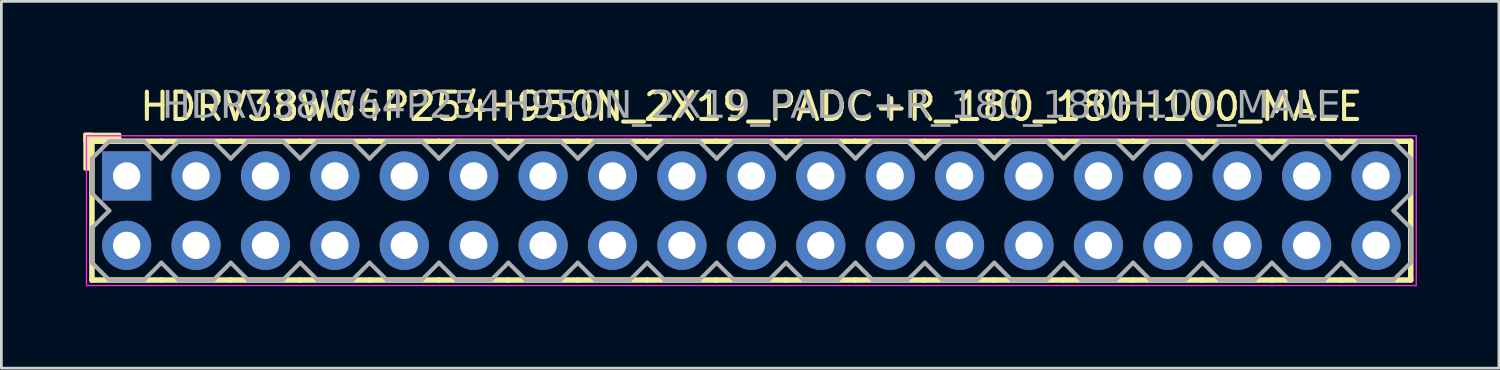
<source format=kicad_pcb>
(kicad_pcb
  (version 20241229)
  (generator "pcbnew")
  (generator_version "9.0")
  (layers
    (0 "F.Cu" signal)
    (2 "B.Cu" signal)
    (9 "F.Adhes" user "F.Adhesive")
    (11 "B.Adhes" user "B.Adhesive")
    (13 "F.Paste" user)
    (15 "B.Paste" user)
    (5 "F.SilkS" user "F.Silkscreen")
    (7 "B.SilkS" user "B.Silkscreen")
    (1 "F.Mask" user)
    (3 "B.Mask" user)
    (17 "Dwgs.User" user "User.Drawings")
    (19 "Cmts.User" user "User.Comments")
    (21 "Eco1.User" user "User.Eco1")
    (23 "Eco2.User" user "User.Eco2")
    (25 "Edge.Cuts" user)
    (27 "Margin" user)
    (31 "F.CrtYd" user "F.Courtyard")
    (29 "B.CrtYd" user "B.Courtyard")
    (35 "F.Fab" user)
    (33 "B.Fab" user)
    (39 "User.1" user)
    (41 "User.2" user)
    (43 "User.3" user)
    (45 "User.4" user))
  (footprint "HDRV38W64P254H950N_2X19_PADC+R_180_180H100_MALE"
    (layer "F.Cu")
    (at 24.444 4.658)
    (property "Reference" "HDRV38W64P254H950N_2X19_PADC+R_180_180H100_MALE" (at 0 -3.81 0) (layer "F.SilkS") (effects (font (size 1 1) (thickness 0.15))))
    (attr through_hole)
    (fp_line (start -24.13 2.54) (end -24.13 -2.54) (stroke (width 0.203) (type solid)) (layer "F.SilkS"))
    (fp_line (start -21.59 -2.54) (end -24.13 -2.54) (stroke (width 0.203) (type solid)) (layer "F.SilkS"))
    (fp_line (start -21.59 2.54) (end -24.13 2.54) (stroke (width 0.203) (type solid)) (layer "F.SilkS"))
    (fp_line (start -19.05 -2.54) (end -21.59 -2.54) (stroke (width 0.203) (type solid)) (layer "F.SilkS"))
    (fp_line (start -19.05 2.54) (end -21.59 2.54) (stroke (width 0.203) (type solid)) (layer "F.SilkS"))
    (fp_line (start -16.51 -2.54) (end -19.05 -2.54) (stroke (width 0.203) (type solid)) (layer "F.SilkS"))
    (fp_line (start -16.51 2.54) (end -19.05 2.54) (stroke (width 0.203) (type solid)) (layer "F.SilkS"))
    (fp_line (start -13.97 -2.54) (end -16.51 -2.54) (stroke (width 0.203) (type solid)) (layer "F.SilkS"))
    (fp_line (start -13.97 2.54) (end -16.51 2.54) (stroke (width 0.203) (type solid)) (layer "F.SilkS"))
    (fp_line (start -11.43 -2.54) (end -13.97 -2.54) (stroke (width 0.203) (type solid)) (layer "F.SilkS"))
    (fp_line (start -11.43 2.54) (end -13.97 2.54) (stroke (width 0.203) (type solid)) (layer "F.SilkS"))
    (fp_line (start -8.89 -2.54) (end -11.43 -2.54) (stroke (width 0.203) (type solid)) (layer "F.SilkS"))
    (fp_line (start -8.89 2.54) (end -11.43 2.54) (stroke (width 0.203) (type solid)) (layer "F.SilkS"))
    (fp_line (start -6.35 -2.54) (end -8.89 -2.54) (stroke (width 0.203) (type solid)) (layer "F.SilkS"))
    (fp_line (start -6.35 2.54) (end -8.89 2.54) (stroke (width 0.203) (type solid)) (layer "F.SilkS"))
    (fp_line (start -3.81 -2.54) (end -6.35 -2.54) (stroke (width 0.203) (type solid)) (layer "F.SilkS"))
    (fp_line (start -3.81 2.54) (end -6.35 2.54) (stroke (width 0.203) (type solid)) (layer "F.SilkS"))
    (fp_line (start -1.27 -2.54) (end -3.81 -2.54) (stroke (width 0.203) (type solid)) (layer "F.SilkS"))
    (fp_line (start -1.27 2.54) (end -3.81 2.54) (stroke (width 0.203) (type solid)) (layer "F.SilkS"))
    (fp_line (start 1.27 -2.54) (end -1.27 -2.54) (stroke (width 0.203) (type solid)) (layer "F.SilkS"))
    (fp_line (start 1.27 2.54) (end -1.27 2.54) (stroke (width 0.203) (type solid)) (layer "F.SilkS"))
    (fp_line (start 3.81 -2.54) (end 1.27 -2.54) (stroke (width 0.203) (type solid)) (layer "F.SilkS"))
    (fp_line (start 3.81 2.54) (end 1.27 2.54) (stroke (width 0.203) (type solid)) (layer "F.SilkS"))
    (fp_line (start 6.35 -2.54) (end 3.81 -2.54) (stroke (width 0.203) (type solid)) (layer "F.SilkS"))
    (fp_line (start 6.35 2.54) (end 3.81 2.54) (stroke (width 0.203) (type solid)) (layer "F.SilkS"))
    (fp_line (start 8.89 -2.54) (end 6.35 -2.54) (stroke (width 0.203) (type solid)) (layer "F.SilkS"))
    (fp_line (start 8.89 2.54) (end 6.35 2.54) (stroke (width 0.203) (type solid)) (layer "F.SilkS"))
    (fp_line (start 11.43 -2.54) (end 8.89 -2.54) (stroke (width 0.203) (type solid)) (layer "F.SilkS"))
    (fp_line (start 11.43 2.54) (end 8.89 2.54) (stroke (width 0.203) (type solid)) (layer "F.SilkS"))
    (fp_line (start 13.97 -2.54) (end 11.43 -2.54) (stroke (width 0.203) (type solid)) (layer "F.SilkS"))
    (fp_line (start 13.97 2.54) (end 11.43 2.54) (stroke (width 0.203) (type solid)) (layer "F.SilkS"))
    (fp_line (start 16.51 -2.54) (end 13.97 -2.54) (stroke (width 0.203) (type solid)) (layer "F.SilkS"))
    (fp_line (start 16.51 2.54) (end 13.97 2.54) (stroke (width 0.203) (type solid)) (layer "F.SilkS"))
    (fp_line (start 19.05 -2.54) (end 16.51 -2.54) (stroke (width 0.203) (type solid)) (layer "F.SilkS"))
    (fp_line (start 19.05 2.54) (end 16.51 2.54) (stroke (width 0.203) (type solid)) (layer "F.SilkS"))
    (fp_line (start 21.59 -2.54) (end 19.05 -2.54) (stroke (width 0.203) (type solid)) (layer "F.SilkS"))
    (fp_line (start 21.59 2.54) (end 19.05 2.54) (stroke (width 0.203) (type solid)) (layer "F.SilkS"))
    (fp_line (start 24.13 -2.54) (end 21.59 -2.54) (stroke (width 0.203) (type solid)) (layer "F.SilkS"))
    (fp_line (start 24.13 2.54) (end 21.59 2.54) (stroke (width 0.203) (type solid)) (layer "F.SilkS"))
    (fp_line (start 24.13 2.54) (end 24.13 -2.54) (stroke (width 0.203) (type solid)) (layer "F.SilkS"))
    (fp_rect (start -24.384 -1.524) (end -24.13 -2.794) (stroke (width 0.12) (type solid)) (fill yes) (layer "F.SilkS"))
    (fp_rect (start -23.114 -2.54) (end -24.384 -2.794) (stroke (width 0.12) (type solid)) (fill yes) (layer "F.SilkS"))
    (fp_rect (start -24.33 -2.74) (end 24.33 2.74) (stroke (width 0.05) (type default)) (fill no) (layer "F.CrtYd"))
    (fp_line (start -24.13 -1.905) (end -24.13 -0.635) (stroke (width 0.152) (type solid)) (layer "F.Fab"))
    (fp_line (start -24.13 -1.905) (end -23.495 -2.54) (stroke (width 0.152) (type solid)) (layer "F.Fab"))
    (fp_line (start -24.13 0.635) (end -24.13 1.905) (stroke (width 0.152) (type solid)) (layer "F.Fab"))
    (fp_line (start -23.495 -2.54) (end -22.225 -2.54) (stroke (width 0.152) (type solid)) (layer "F.Fab"))
    (fp_line (start -23.495 0) (end -24.13 -0.635) (stroke (width 0.152) (type solid)) (layer "F.Fab"))
    (fp_line (start -23.495 0) (end -24.13 0.635) (stroke (width 0.152) (type solid)) (layer "F.Fab"))
    (fp_line (start -23.495 2.54) (end -24.13 1.905) (stroke (width 0.152) (type solid)) (layer "F.Fab"))
    (fp_line (start -22.225 -2.54) (end -21.59 -1.905) (stroke (width 0.152) (type solid)) (layer "F.Fab"))
    (fp_line (start -22.225 2.54) (end -23.495 2.54) (stroke (width 0.152) (type solid)) (layer "F.Fab"))
    (fp_line (start -21.59 -1.905) (end -20.955 -2.54) (stroke (width 0.152) (type solid)) (layer "F.Fab"))
    (fp_line (start -21.59 1.905) (end -22.225 2.54) (stroke (width 0.152) (type solid)) (layer "F.Fab"))
    (fp_line (start -20.955 -2.54) (end -19.685 -2.54) (stroke (width 0.152) (type solid)) (layer "F.Fab"))
    (fp_line (start -20.955 2.54) (end -21.59 1.905) (stroke (width 0.152) (type solid)) (layer "F.Fab"))
    (fp_line (start -19.685 -2.54) (end -19.05 -1.905) (stroke (width 0.152) (type solid)) (layer "F.Fab"))
    (fp_line (start -19.685 2.54) (end -20.955 2.54) (stroke (width 0.152) (type solid)) (layer "F.Fab"))
    (fp_line (start -19.05 -1.905) (end -18.415 -2.54) (stroke (width 0.152) (type solid)) (layer "F.Fab"))
    (fp_line (start -19.05 1.905) (end -19.685 2.54) (stroke (width 0.152) (type solid)) (layer "F.Fab"))
    (fp_line (start -18.415 -2.54) (end -17.145 -2.54) (stroke (width 0.152) (type solid)) (layer "F.Fab"))
    (fp_line (start -18.415 2.54) (end -19.05 1.905) (stroke (width 0.152) (type solid)) (layer "F.Fab"))
    (fp_line (start -17.145 -2.54) (end -16.51 -1.905) (stroke (width 0.152) (type solid)) (layer "F.Fab"))
    (fp_line (start -17.145 2.54) (end -18.415 2.54) (stroke (width 0.152) (type solid)) (layer "F.Fab"))
    (fp_line (start -16.51 -1.905) (end -15.875 -2.54) (stroke (width 0.152) (type solid)) (layer "F.Fab"))
    (fp_line (start -16.51 1.905) (end -17.145 2.54) (stroke (width 0.152) (type solid)) (layer "F.Fab"))
    (fp_line (start -15.875 -2.54) (end -14.605 -2.54) (stroke (width 0.152) (type solid)) (layer "F.Fab"))
    (fp_line (start -15.875 2.54) (end -16.51 1.905) (stroke (width 0.152) (type solid)) (layer "F.Fab"))
    (fp_line (start -14.605 -2.54) (end -13.97 -1.905) (stroke (width 0.152) (type solid)) (layer "F.Fab"))
    (fp_line (start -14.605 2.54) (end -15.875 2.54) (stroke (width 0.152) (type solid)) (layer "F.Fab"))
    (fp_line (start -13.97 -1.905) (end -13.335 -2.54) (stroke (width 0.152) (type solid)) (layer "F.Fab"))
    (fp_line (start -13.97 1.905) (end -14.605 2.54) (stroke (width 0.152) (type solid)) (layer "F.Fab"))
    (fp_line (start -13.335 -2.54) (end -12.065 -2.54) (stroke (width 0.152) (type solid)) (layer "F.Fab"))
    (fp_line (start -13.335 2.54) (end -13.97 1.905) (stroke (width 0.152) (type solid)) (layer "F.Fab"))
    (fp_line (start -12.065 -2.54) (end -11.43 -1.905) (stroke (width 0.152) (type solid)) (layer "F.Fab"))
    (fp_line (start -12.065 2.54) (end -13.335 2.54) (stroke (width 0.152) (type solid)) (layer "F.Fab"))
    (fp_line (start -11.43 -1.905) (end -10.795 -2.54) (stroke (width 0.152) (type solid)) (layer "F.Fab"))
    (fp_line (start -11.43 1.905) (end -12.065 2.54) (stroke (width 0.152) (type solid)) (layer "F.Fab"))
    (fp_line (start -10.795 -2.54) (end -9.525 -2.54) (stroke (width 0.152) (type solid)) (layer "F.Fab"))
    (fp_line (start -10.795 2.54) (end -11.43 1.905) (stroke (width 0.152) (type solid)) (layer "F.Fab"))
    (fp_line (start -9.525 -2.54) (end -8.89 -1.905) (stroke (width 0.152) (type solid)) (layer "F.Fab"))
    (fp_line (start -9.525 2.54) (end -10.795 2.54) (stroke (width 0.152) (type solid)) (layer "F.Fab"))
    (fp_line (start -8.89 -1.905) (end -8.255 -2.54) (stroke (width 0.152) (type solid)) (layer "F.Fab"))
    (fp_line (start -8.89 1.905) (end -9.525 2.54) (stroke (width 0.152) (type solid)) (layer "F.Fab"))
    (fp_line (start -8.255 -2.54) (end -6.985 -2.54) (stroke (width 0.152) (type solid)) (layer "F.Fab"))
    (fp_line (start -8.255 2.54) (end -8.89 1.905) (stroke (width 0.152) (type solid)) (layer "F.Fab"))
    (fp_line (start -6.985 -2.54) (end -6.35 -1.905) (stroke (width 0.152) (type solid)) (layer "F.Fab"))
    (fp_line (start -6.985 2.54) (end -8.255 2.54) (stroke (width 0.152) (type solid)) (layer "F.Fab"))
    (fp_line (start -6.35 -1.905) (end -5.715 -2.54) (stroke (width 0.152) (type solid)) (layer "F.Fab"))
    (fp_line (start -6.35 1.905) (end -6.985 2.54) (stroke (width 0.152) (type solid)) (layer "F.Fab"))
    (fp_line (start -5.715 -2.54) (end -4.445 -2.54) (stroke (width 0.152) (type solid)) (layer "F.Fab"))
    (fp_line (start -5.715 2.54) (end -6.35 1.905) (stroke (width 0.152) (type solid)) (layer "F.Fab"))
    (fp_line (start -4.445 -2.54) (end -3.81 -1.905) (stroke (width 0.152) (type solid)) (layer "F.Fab"))
    (fp_line (start -4.445 2.54) (end -5.715 2.54) (stroke (width 0.152) (type solid)) (layer "F.Fab"))
    (fp_line (start -3.81 -1.905) (end -3.175 -2.54) (stroke (width 0.152) (type solid)) (layer "F.Fab"))
    (fp_line (start -3.81 1.905) (end -4.445 2.54) (stroke (width 0.152) (type solid)) (layer "F.Fab"))
    (fp_line (start -3.175 -2.54) (end -1.905 -2.54) (stroke (width 0.152) (type solid)) (layer "F.Fab"))
    (fp_line (start -3.175 2.54) (end -3.81 1.905) (stroke (width 0.152) (type solid)) (layer "F.Fab"))
    (fp_line (start -1.905 -2.54) (end -1.27 -1.905) (stroke (width 0.152) (type solid)) (layer "F.Fab"))
    (fp_line (start -1.905 2.54) (end -3.175 2.54) (stroke (width 0.152) (type solid)) (layer "F.Fab"))
    (fp_line (start -1.27 -1.905) (end -0.635 -2.54) (stroke (width 0.152) (type solid)) (layer "F.Fab"))
    (fp_line (start -1.27 1.905) (end -1.905 2.54) (stroke (width 0.152) (type solid)) (layer "F.Fab"))
    (fp_line (start -0.635 -2.54) (end 0.635 -2.54) (stroke (width 0.152) (type solid)) (layer "F.Fab"))
    (fp_line (start -0.635 2.54) (end -1.27 1.905) (stroke (width 0.152) (type solid)) (layer "F.Fab"))
    (fp_line (start 0.635 -2.54) (end 1.27 -1.905) (stroke (width 0.152) (type solid)) (layer "F.Fab"))
    (fp_line (start 0.635 2.54) (end -0.635 2.54) (stroke (width 0.152) (type solid)) (layer "F.Fab"))
    (fp_line (start 1.27 -1.905) (end 1.905 -2.54) (stroke (width 0.152) (type solid)) (layer "F.Fab"))
    (fp_line (start 1.27 1.905) (end 0.635 2.54) (stroke (width 0.152) (type solid)) (layer "F.Fab"))
    (fp_line (start 1.905 -2.54) (end 3.175 -2.54) (stroke (width 0.152) (type solid)) (layer "F.Fab"))
    (fp_line (start 1.905 2.54) (end 1.27 1.905) (stroke (width 0.152) (type solid)) (layer "F.Fab"))
    (fp_line (start 3.175 -2.54) (end 3.81 -1.905) (stroke (width 0.152) (type solid)) (layer "F.Fab"))
    (fp_line (start 3.175 2.54) (end 1.905 2.54) (stroke (width 0.152) (type solid)) (layer "F.Fab"))
    (fp_line (start 3.81 -1.905) (end 4.445 -2.54) (stroke (width 0.152) (type solid)) (layer "F.Fab"))
    (fp_line (start 3.81 1.905) (end 3.175 2.54) (stroke (width 0.152) (type solid)) (layer "F.Fab"))
    (fp_line (start 4.445 -2.54) (end 5.715 -2.54) (stroke (width 0.152) (type solid)) (layer "F.Fab"))
    (fp_line (start 4.445 2.54) (end 3.81 1.905) (stroke (width 0.152) (type solid)) (layer "F.Fab"))
    (fp_line (start 5.715 -2.54) (end 6.35 -1.905) (stroke (width 0.152) (type solid)) (layer "F.Fab"))
    (fp_line (start 5.715 2.54) (end 4.445 2.54) (stroke (width 0.152) (type solid)) (layer "F.Fab"))
    (fp_line (start 6.35 -1.905) (end 6.985 -2.54) (stroke (width 0.152) (type solid)) (layer "F.Fab"))
    (fp_line (start 6.35 1.905) (end 5.715 2.54) (stroke (width 0.152) (type solid)) (layer "F.Fab"))
    (fp_line (start 6.985 -2.54) (end 8.255 -2.54) (stroke (width 0.152) (type solid)) (layer "F.Fab"))
    (fp_line (start 6.985 2.54) (end 6.35 1.905) (stroke (width 0.152) (type solid)) (layer "F.Fab"))
    (fp_line (start 8.255 -2.54) (end 8.89 -1.905) (stroke (width 0.152) (type solid)) (layer "F.Fab"))
    (fp_line (start 8.255 2.54) (end 6.985 2.54) (stroke (width 0.152) (type solid)) (layer "F.Fab"))
    (fp_line (start 8.89 -1.905) (end 9.525 -2.54) (stroke (width 0.152) (type solid)) (layer "F.Fab"))
    (fp_line (start 8.89 1.905) (end 8.255 2.54) (stroke (width 0.152) (type solid)) (layer "F.Fab"))
    (fp_line (start 9.525 -2.54) (end 10.795 -2.54) (stroke (width 0.152) (type solid)) (layer "F.Fab"))
    (fp_line (start 9.525 2.54) (end 8.89 1.905) (stroke (width 0.152) (type solid)) (layer "F.Fab"))
    (fp_line (start 10.795 -2.54) (end 11.43 -1.905) (stroke (width 0.152) (type solid)) (layer "F.Fab"))
    (fp_line (start 10.795 2.54) (end 9.525 2.54) (stroke (width 0.152) (type solid)) (layer "F.Fab"))
    (fp_line (start 11.43 -1.905) (end 12.065 -2.54) (stroke (width 0.152) (type solid)) (layer "F.Fab"))
    (fp_line (start 11.43 1.905) (end 10.795 2.54) (stroke (width 0.152) (type solid)) (layer "F.Fab"))
    (fp_line (start 12.065 -2.54) (end 13.335 -2.54) (stroke (width 0.152) (type solid)) (layer "F.Fab"))
    (fp_line (start 12.065 2.54) (end 11.43 1.905) (stroke (width 0.152) (type solid)) (layer "F.Fab"))
    (fp_line (start 13.335 -2.54) (end 13.97 -1.905) (stroke (width 0.152) (type solid)) (layer "F.Fab"))
    (fp_line (start 13.335 2.54) (end 12.065 2.54) (stroke (width 0.152) (type solid)) (layer "F.Fab"))
    (fp_line (start 13.97 -1.905) (end 14.605 -2.54) (stroke (width 0.152) (type solid)) (layer "F.Fab"))
    (fp_line (start 13.97 1.905) (end 13.335 2.54) (stroke (width 0.152) (type solid)) (layer "F.Fab"))
    (fp_line (start 14.605 -2.54) (end 15.875 -2.54) (stroke (width 0.152) (type solid)) (layer "F.Fab"))
    (fp_line (start 14.605 2.54) (end 13.97 1.905) (stroke (width 0.152) (type solid)) (layer "F.Fab"))
    (fp_line (start 15.875 -2.54) (end 16.51 -1.905) (stroke (width 0.152) (type solid)) (layer "F.Fab"))
    (fp_line (start 15.875 2.54) (end 14.605 2.54) (stroke (width 0.152) (type solid)) (layer "F.Fab"))
    (fp_line (start 16.51 -1.905) (end 17.145 -2.54) (stroke (width 0.152) (type solid)) (layer "F.Fab"))
    (fp_line (start 16.51 1.905) (end 15.875 2.54) (stroke (width 0.152) (type solid)) (layer "F.Fab"))
    (fp_line (start 17.145 -2.54) (end 18.415 -2.54) (stroke (width 0.152) (type solid)) (layer "F.Fab"))
    (fp_line (start 17.145 2.54) (end 16.51 1.905) (stroke (width 0.152) (type solid)) (layer "F.Fab"))
    (fp_line (start 18.415 -2.54) (end 19.05 -1.905) (stroke (width 0.152) (type solid)) (layer "F.Fab"))
    (fp_line (start 18.415 2.54) (end 17.145 2.54) (stroke (width 0.152) (type solid)) (layer "F.Fab"))
    (fp_line (start 19.05 -1.905) (end 19.685 -2.54) (stroke (width 0.152) (type solid)) (layer "F.Fab"))
    (fp_line (start 19.05 1.905) (end 18.415 2.54) (stroke (width 0.152) (type solid)) (layer "F.Fab"))
    (fp_line (start 19.685 -2.54) (end 20.955 -2.54) (stroke (width 0.152) (type solid)) (layer "F.Fab"))
    (fp_line (start 19.685 2.54) (end 19.05 1.905) (stroke (width 0.152) (type solid)) (layer "F.Fab"))
    (fp_line (start 20.955 -2.54) (end 21.59 -1.905) (stroke (width 0.152) (type solid)) (layer "F.Fab"))
    (fp_line (start 20.955 2.54) (end 19.685 2.54) (stroke (width 0.152) (type solid)) (layer "F.Fab"))
    (fp_line (start 21.59 -1.905) (end 22.225 -2.54) (stroke (width 0.152) (type solid)) (layer "F.Fab"))
    (fp_line (start 21.59 1.905) (end 20.955 2.54) (stroke (width 0.152) (type solid)) (layer "F.Fab"))
    (fp_line (start 22.225 -2.54) (end 23.495 -2.54) (stroke (width 0.152) (type solid)) (layer "F.Fab"))
    (fp_line (start 22.225 2.54) (end 21.59 1.905) (stroke (width 0.152) (type solid)) (layer "F.Fab"))
    (fp_line (start 23.495 -2.54) (end 24.13 -1.905) (stroke (width 0.152) (type solid)) (layer "F.Fab"))
    (fp_line (start 23.495 0) (end 24.13 0.635) (stroke (width 0.152) (type solid)) (layer "F.Fab"))
    (fp_line (start 23.495 2.54) (end 22.225 2.54) (stroke (width 0.152) (type solid)) (layer "F.Fab"))
    (fp_line (start 24.13 -1.905) (end 24.13 -0.635) (stroke (width 0.152) (type solid)) (layer "F.Fab"))
    (fp_line (start 24.13 -0.635) (end 23.495 0) (stroke (width 0.152) (type solid)) (layer "F.Fab"))
    (fp_line (start 24.13 0.635) (end 24.13 1.905) (stroke (width 0.152) (type solid)) (layer "F.Fab"))
    (fp_line (start 24.13 1.905) (end 23.495 2.54) (stroke (width 0.152) (type solid)) (layer "F.Fab"))
    (fp_rect (start -22.606 -1.524) (end -23.114 -1.016) (stroke (width 0.152) (type solid)) (fill no) (layer "F.Fab"))
    (fp_rect (start -22.606 1.016) (end -23.114 1.524) (stroke (width 0.152) (type solid)) (fill no) (layer "F.Fab"))
    (fp_rect (start -20.066 -1.524) (end -20.574 -1.016) (stroke (width 0.152) (type solid)) (fill no) (layer "F.Fab"))
    (fp_rect (start -20.066 1.016) (end -20.574 1.524) (stroke (width 0.152) (type solid)) (fill no) (layer "F.Fab"))
    (fp_rect (start -17.526 -1.524) (end -18.034 -1.016) (stroke (width 0.152) (type solid)) (fill no) (layer "F.Fab"))
    (fp_rect (start -17.526 1.016) (end -18.034 1.524) (stroke (width 0.152) (type solid)) (fill no) (layer "F.Fab"))
    (fp_rect (start -14.986 -1.524) (end -15.494 -1.016) (stroke (width 0.152) (type solid)) (fill no) (layer "F.Fab"))
    (fp_rect (start -14.986 1.016) (end -15.494 1.524) (stroke (width 0.152) (type solid)) (fill no) (layer "F.Fab"))
    (fp_rect (start -12.446 -1.524) (end -12.954 -1.016) (stroke (width 0.152) (type solid)) (fill no) (layer "F.Fab"))
    (fp_rect (start -12.446 1.016) (end -12.954 1.524) (stroke (width 0.152) (type solid)) (fill no) (layer "F.Fab"))
    (fp_rect (start -9.906 -1.524) (end -10.414 -1.016) (stroke (width 0.152) (type solid)) (fill no) (layer "F.Fab"))
    (fp_rect (start -9.906 1.016) (end -10.414 1.524) (stroke (width 0.152) (type solid)) (fill no) (layer "F.Fab"))
    (fp_rect (start -7.366 -1.524) (end -7.874 -1.016) (stroke (width 0.152) (type solid)) (fill no) (layer "F.Fab"))
    (fp_rect (start -7.366 1.016) (end -7.874 1.524) (stroke (width 0.152) (type solid)) (fill no) (layer "F.Fab"))
    (fp_rect (start -4.826 -1.524) (end -5.334 -1.016) (stroke (width 0.152) (type solid)) (fill no) (layer "F.Fab"))
    (fp_rect (start -4.826 1.016) (end -5.334 1.524) (stroke (width 0.152) (type solid)) (fill no) (layer "F.Fab"))
    (fp_rect (start -2.286 -1.524) (end -2.794 -1.016) (stroke (width 0.152) (type solid)) (fill no) (layer "F.Fab"))
    (fp_rect (start -2.286 1.016) (end -2.794 1.524) (stroke (width 0.152) (type solid)) (fill no) (layer "F.Fab"))
    (fp_rect (start 0.254 -1.524) (end -0.254 -1.016) (stroke (width 0.152) (type solid)) (fill no) (layer "F.Fab"))
    (fp_rect (start 0.254 1.016) (end -0.254 1.524) (stroke (width 0.152) (type solid)) (fill no) (layer "F.Fab"))
    (fp_rect (start 2.794 -1.524) (end 2.286 -1.016) (stroke (width 0.152) (type solid)) (fill no) (layer "F.Fab"))
    (fp_rect (start 2.794 1.016) (end 2.286 1.524) (stroke (width 0.152) (type solid)) (fill no) (layer "F.Fab"))
    (fp_rect (start 5.334 -1.524) (end 4.826 -1.016) (stroke (width 0.152) (type solid)) (fill no) (layer "F.Fab"))
    (fp_rect (start 5.334 1.016) (end 4.826 1.524) (stroke (width 0.152) (type solid)) (fill no) (layer "F.Fab"))
    (fp_rect (start 7.874 -1.524) (end 7.366 -1.016) (stroke (width 0.152) (type solid)) (fill no) (layer "F.Fab"))
    (fp_rect (start 7.874 1.016) (end 7.366 1.524) (stroke (width 0.152) (type solid)) (fill no) (layer "F.Fab"))
    (fp_rect (start 10.414 -1.524) (end 9.906 -1.016) (stroke (width 0.152) (type solid)) (fill no) (layer "F.Fab"))
    (fp_rect (start 10.414 1.016) (end 9.906 1.524) (stroke (width 0.152) (type solid)) (fill no) (layer "F.Fab"))
    (fp_rect (start 12.954 -1.524) (end 12.446 -1.016) (stroke (width 0.152) (type solid)) (fill no) (layer "F.Fab"))
    (fp_rect (start 12.954 1.016) (end 12.446 1.524) (stroke (width 0.152) (type solid)) (fill no) (layer "F.Fab"))
    (fp_rect (start 15.494 -1.524) (end 14.986 -1.016) (stroke (width 0.152) (type solid)) (fill no) (layer "F.Fab"))
    (fp_rect (start 15.494 1.016) (end 14.986 1.524) (stroke (width 0.152) (type solid)) (fill no) (layer "F.Fab"))
    (fp_rect (start 18.034 -1.524) (end 17.526 -1.016) (stroke (width 0.152) (type solid)) (fill no) (layer "F.Fab"))
    (fp_rect (start 18.034 1.016) (end 17.526 1.524) (stroke (width 0.152) (type solid)) (fill no) (layer "F.Fab"))
    (fp_rect (start 20.574 -1.524) (end 20.066 -1.016) (stroke (width 0.152) (type solid)) (fill no) (layer "F.Fab"))
    (fp_rect (start 20.574 1.016) (end 20.066 1.524) (stroke (width 0.152) (type solid)) (fill no) (layer "F.Fab"))
    (fp_rect (start 23.114 -1.524) (end 22.606 -1.016) (stroke (width 0.152) (type solid)) (fill no) (layer "F.Fab"))
    (fp_rect (start 23.114 1.016) (end 22.606 1.524) (stroke (width 0.152) (type solid)) (fill no) (layer "F.Fab"))
    (fp_text user "${REFERENCE}" (at 0 -3.81 0) (layer "F.Fab") (effects (font (face "Tahoma") (size 1 1) (thickness 0.15))))
    (pad "1" thru_hole rect (at -22.86 -1.27) (size 1.8 1.8) (drill 1) (layers "*.Cu" "*.Mask"))
    (pad "2" thru_hole circle (at -22.86 1.27) (size 1.8 1.8) (drill 1) (layers "*.Cu" "*.Mask"))
    (pad "3" thru_hole circle (at -20.32 -1.27) (size 1.8 1.8) (drill 1) (layers "*.Cu" "*.Mask"))
    (pad "4" thru_hole circle (at -20.32 1.27) (size 1.8 1.8) (drill 1) (layers "*.Cu" "*.Mask"))
    (pad "5" thru_hole circle (at -17.78 -1.27) (size 1.8 1.8) (drill 1) (layers "*.Cu" "*.Mask"))
    (pad "6" thru_hole circle (at -17.78 1.27) (size 1.8 1.8) (drill 1) (layers "*.Cu" "*.Mask"))
    (pad "7" thru_hole circle (at -15.24 -1.27) (size 1.8 1.8) (drill 1) (layers "*.Cu" "*.Mask"))
    (pad "8" thru_hole circle (at -15.24 1.27) (size 1.8 1.8) (drill 1) (layers "*.Cu" "*.Mask"))
    (pad "9" thru_hole circle (at -12.7 -1.27) (size 1.8 1.8) (drill 1) (layers "*.Cu" "*.Mask"))
    (pad "10" thru_hole circle (at -12.7 1.27) (size 1.8 1.8) (drill 1) (layers "*.Cu" "*.Mask"))
    (pad "11" thru_hole circle (at -10.16 -1.27) (size 1.8 1.8) (drill 1) (layers "*.Cu" "*.Mask"))
    (pad "12" thru_hole circle (at -10.16 1.27) (size 1.8 1.8) (drill 1) (layers "*.Cu" "*.Mask"))
    (pad "13" thru_hole circle (at -7.62 -1.27) (size 1.8 1.8) (drill 1) (layers "*.Cu" "*.Mask"))
    (pad "14" thru_hole circle (at -7.62 1.27) (size 1.8 1.8) (drill 1) (layers "*.Cu" "*.Mask"))
    (pad "15" thru_hole circle (at -5.08 -1.27) (size 1.8 1.8) (drill 1) (layers "*.Cu" "*.Mask"))
    (pad "16" thru_hole circle (at -5.08 1.27) (size 1.8 1.8) (drill 1) (layers "*.Cu" "*.Mask"))
    (pad "17" thru_hole circle (at -2.54 -1.27) (size 1.8 1.8) (drill 1) (layers "*.Cu" "*.Mask"))
    (pad "18" thru_hole circle (at -2.54 1.27) (size 1.8 1.8) (drill 1) (layers "*.Cu" "*.Mask"))
    (pad "19" thru_hole circle (at 0 -1.27) (size 1.8 1.8) (drill 1) (layers "*.Cu" "*.Mask"))
    (pad "20" thru_hole circle (at 0 1.27) (size 1.8 1.8) (drill 1) (layers "*.Cu" "*.Mask"))
    (pad "21" thru_hole circle (at 2.54 -1.27) (size 1.8 1.8) (drill 1) (layers "*.Cu" "*.Mask"))
    (pad "22" thru_hole circle (at 2.54 1.27) (size 1.8 1.8) (drill 1) (layers "*.Cu" "*.Mask"))
    (pad "23" thru_hole circle (at 5.08 -1.27) (size 1.8 1.8) (drill 1) (layers "*.Cu" "*.Mask"))
    (pad "24" thru_hole circle (at 5.08 1.27) (size 1.8 1.8) (drill 1) (layers "*.Cu" "*.Mask"))
    (pad "25" thru_hole circle (at 7.62 -1.27) (size 1.8 1.8) (drill 1) (layers "*.Cu" "*.Mask"))
    (pad "26" thru_hole circle (at 7.62 1.27) (size 1.8 1.8) (drill 1) (layers "*.Cu" "*.Mask"))
    (pad "27" thru_hole circle (at 10.16 -1.27) (size 1.8 1.8) (drill 1) (layers "*.Cu" "*.Mask"))
    (pad "28" thru_hole circle (at 10.16 1.27) (size 1.8 1.8) (drill 1) (layers "*.Cu" "*.Mask"))
    (pad "29" thru_hole circle (at 12.7 -1.27) (size 1.8 1.8) (drill 1) (layers "*.Cu" "*.Mask"))
    (pad "30" thru_hole circle (at 12.7 1.27) (size 1.8 1.8) (drill 1) (layers "*.Cu" "*.Mask"))
    (pad "31" thru_hole circle (at 15.24 -1.27) (size 1.8 1.8) (drill 1) (layers "*.Cu" "*.Mask"))
    (pad "32" thru_hole circle (at 15.24 1.27) (size 1.8 1.8) (drill 1) (layers "*.Cu" "*.Mask"))
    (pad "33" thru_hole circle (at 17.78 -1.27) (size 1.8 1.8) (drill 1) (layers "*.Cu" "*.Mask"))
    (pad "34" thru_hole circle (at 17.78 1.27) (size 1.8 1.8) (drill 1) (layers "*.Cu" "*.Mask"))
    (pad "35" thru_hole circle (at 20.32 -1.27) (size 1.8 1.8) (drill 1) (layers "*.Cu" "*.Mask"))
    (pad "36" thru_hole circle (at 20.32 1.27) (size 1.8 1.8) (drill 1) (layers "*.Cu" "*.Mask"))
    (pad "37" thru_hole circle (at 22.86 -1.27) (size 1.8 1.8) (drill 1) (layers "*.Cu" "*.Mask"))
    (pad "38" thru_hole circle (at 22.86 1.27) (size 1.8 1.8) (drill 1) (layers "*.Cu" "*.Mask")))
  (gr_rect
    (start -3 -3)
    (end 51.799 10.423)
    (stroke (width 0.1) (type default))
    (fill no)
    (layer "Edge.Cuts")))
</source>
